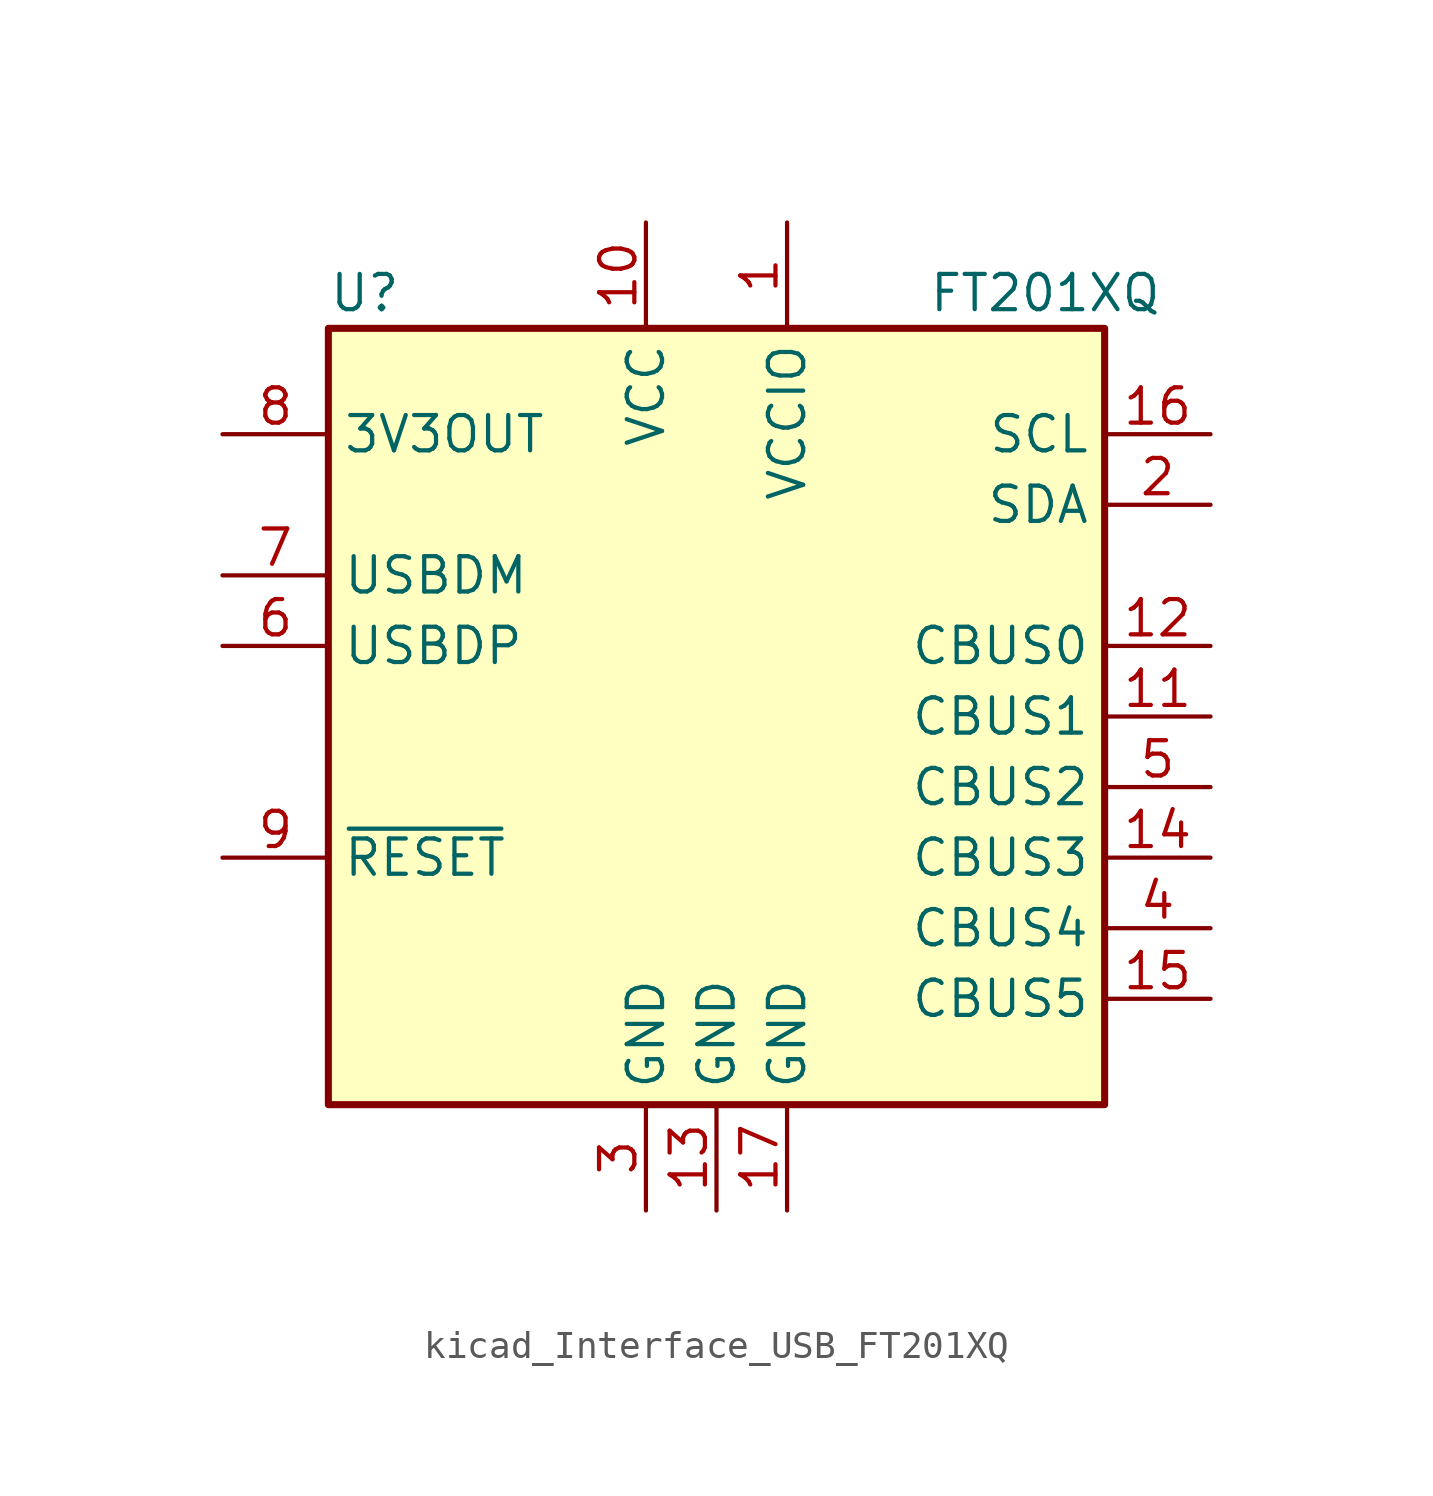
<source format=kicad_sym>
(kicad_symbol_lib
  (version 20220914)
  (generator kicad_symbol_editor)
  (symbol "kicad_Interface_USB_FT201XQ"
    (property "Reference" "U"
      (at -13.97 15.24 0)
      (effects (font (size 1.27 1.27)) (justify left)))
    (property "Value" "FT201XQ"
      (at 7.62 15.24 0)
      (effects (font (size 1.27 1.27)) (justify left)))
    (symbol "kicad_Interface_USB_FT201XQ_0_1"
      (rectangle (start -13.97 13.97) (end 13.97 -13.97) (stroke (width 0.254) (type default)) (fill (type background))))
    (symbol "kicad_Interface_USB_FT201XQ_1_1"
      (pin power_in line (at 2.54 17.78 270) (length 3.81) (name "VCCIO" (effects (font (size 1.27 1.27)))) (number "1" (effects (font (size 1.27 1.27)))))
      (pin power_in line (at -2.54 17.78 270) (length 3.81) (name "VCC" (effects (font (size 1.27 1.27)))) (number "10" (effects (font (size 1.27 1.27)))))
      (pin bidirectional line (at 17.78 0 180) (length 3.81) (name "CBUS1" (effects (font (size 1.27 1.27)))) (number "11" (effects (font (size 1.27 1.27)))))
      (pin bidirectional line (at 17.78 2.54 180) (length 3.81) (name "CBUS0" (effects (font (size 1.27 1.27)))) (number "12" (effects (font (size 1.27 1.27)))))
      (pin power_in line (at 0 -17.78 90) (length 3.81) (name "GND" (effects (font (size 1.27 1.27)))) (number "13" (effects (font (size 1.27 1.27)))))
      (pin bidirectional line (at 17.78 -5.08 180) (length 3.81) (name "CBUS3" (effects (font (size 1.27 1.27)))) (number "14" (effects (font (size 1.27 1.27)))))
      (pin bidirectional line (at 17.78 -10.16 180) (length 3.81) (name "CBUS5" (effects (font (size 1.27 1.27)))) (number "15" (effects (font (size 1.27 1.27)))))
      (pin input line (at 17.78 10.16 180) (length 3.81) (name "SCL" (effects (font (size 1.27 1.27)))) (number "16" (effects (font (size 1.27 1.27)))))
      (pin power_in line (at 2.54 -17.78 90) (length 3.81) (name "GND" (effects (font (size 1.27 1.27)))) (number "17" (effects (font (size 1.27 1.27)))))
      (pin bidirectional line (at 17.78 7.62 180) (length 3.81) (name "SDA" (effects (font (size 1.27 1.27)))) (number "2" (effects (font (size 1.27 1.27)))))
      (pin power_in line (at -2.54 -17.78 90) (length 3.81) (name "GND" (effects (font (size 1.27 1.27)))) (number "3" (effects (font (size 1.27 1.27)))))
      (pin bidirectional line (at 17.78 -7.62 180) (length 3.81) (name "CBUS4" (effects (font (size 1.27 1.27)))) (number "4" (effects (font (size 1.27 1.27)))))
      (pin bidirectional line (at 17.78 -2.54 180) (length 3.81) (name "CBUS2" (effects (font (size 1.27 1.27)))) (number "5" (effects (font (size 1.27 1.27)))))
      (pin bidirectional line (at -17.78 2.54 0) (length 3.81) (name "USBDP" (effects (font (size 1.27 1.27)))) (number "6" (effects (font (size 1.27 1.27)))))
      (pin bidirectional line (at -17.78 5.08 0) (length 3.81) (name "USBDM" (effects (font (size 1.27 1.27)))) (number "7" (effects (font (size 1.27 1.27)))))
      (pin power_out line (at -17.78 10.16 0) (length 3.81) (name "3V3OUT" (effects (font (size 1.27 1.27)))) (number "8" (effects (font (size 1.27 1.27)))))
      (pin input line (at -17.78 -5.08 0) (length 3.81) (name "~{RESET}" (effects (font (size 1.27 1.27)))) (number "9" (effects (font (size 1.27 1.27))))))))
</source>
